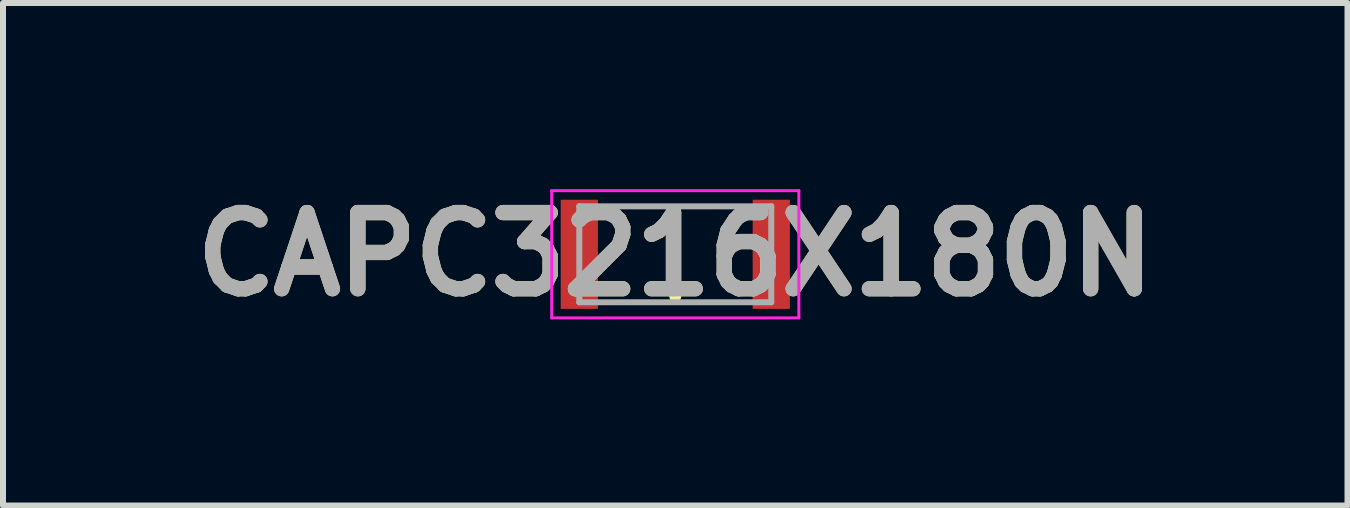
<source format=kicad_pcb>
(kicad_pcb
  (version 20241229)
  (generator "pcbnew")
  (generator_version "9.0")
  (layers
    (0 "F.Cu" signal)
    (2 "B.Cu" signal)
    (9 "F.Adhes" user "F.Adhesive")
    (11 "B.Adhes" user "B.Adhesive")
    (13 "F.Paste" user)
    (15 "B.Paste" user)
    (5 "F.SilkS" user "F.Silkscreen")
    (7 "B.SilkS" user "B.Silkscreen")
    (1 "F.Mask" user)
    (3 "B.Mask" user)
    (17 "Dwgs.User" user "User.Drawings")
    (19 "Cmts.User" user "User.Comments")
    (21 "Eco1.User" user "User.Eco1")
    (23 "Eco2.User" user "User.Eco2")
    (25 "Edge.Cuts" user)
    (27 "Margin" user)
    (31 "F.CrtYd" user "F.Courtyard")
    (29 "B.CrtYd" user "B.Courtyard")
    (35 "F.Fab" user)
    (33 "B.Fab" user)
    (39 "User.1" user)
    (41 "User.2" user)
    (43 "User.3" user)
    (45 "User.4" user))
  (footprint "CAPC3216X180N"
    (layer "F.Cu")
    (at 8.207 1.189)
    (property "Reference" "CAPC3216X180N" (at 0 0 0) (layer "F.SilkS") (effects (font (size 1.27 1.27) (thickness 0.254))))
    (attr smd)
    (fp_line (start 0 -0.7) (end 0 0.7) (stroke (width 0.2) (type solid)) (layer "F.SilkS"))
    (fp_line (start -2.06 -1.06) (end 2.06 -1.06) (stroke (width 0.05) (type solid)) (layer "F.CrtYd"))
    (fp_line (start -2.06 1.06) (end -2.06 -1.06) (stroke (width 0.05) (type solid)) (layer "F.CrtYd"))
    (fp_line (start 2.06 -1.06) (end 2.06 1.06) (stroke (width 0.05) (type solid)) (layer "F.CrtYd"))
    (fp_line (start 2.06 1.06) (end -2.06 1.06) (stroke (width 0.05) (type solid)) (layer "F.CrtYd"))
    (fp_line (start -1.6 -0.8) (end 1.6 -0.8) (stroke (width 0.1) (type solid)) (layer "F.Fab"))
    (fp_line (start -1.6 0.8) (end -1.6 -0.8) (stroke (width 0.1) (type solid)) (layer "F.Fab"))
    (fp_line (start 1.6 -0.8) (end 1.6 0.8) (stroke (width 0.1) (type solid)) (layer "F.Fab"))
    (fp_line (start 1.6 0.8) (end -1.6 0.8) (stroke (width 0.1) (type solid)) (layer "F.Fab"))
    (fp_text user "${REFERENCE}" (at 0 0 0) (layer "F.Fab") (effects (font (size 1.27 1.27) (thickness 0.254))))
    (pad "1" smd rect (at -1.6 0) (size 0.62 1.82) (layers "F.Cu" "F.Mask" "F.Paste"))
    (pad "2" smd rect (at 1.6 0) (size 0.62 1.82) (layers "F.Cu" "F.Mask" "F.Paste")))
  (gr_rect
    (start -3 -3)
    (end 19.413 5.377)
    (stroke (width 0.1) (type default))
    (fill no)
    (layer "Edge.Cuts")))
</source>
